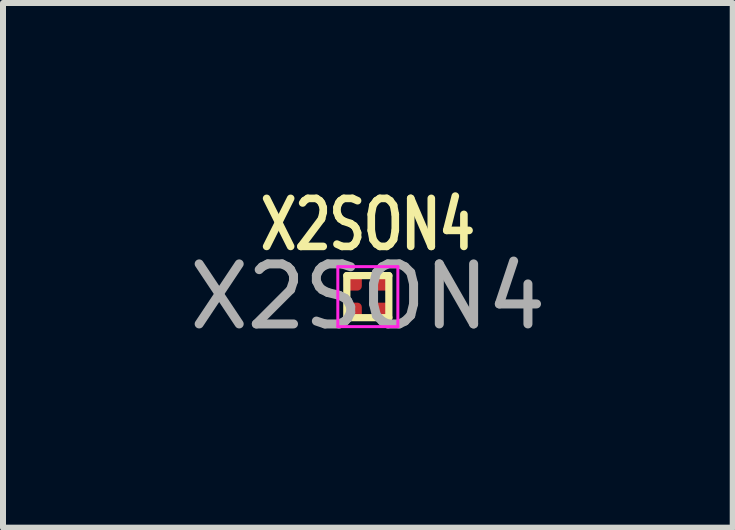
<source format=kicad_pcb>
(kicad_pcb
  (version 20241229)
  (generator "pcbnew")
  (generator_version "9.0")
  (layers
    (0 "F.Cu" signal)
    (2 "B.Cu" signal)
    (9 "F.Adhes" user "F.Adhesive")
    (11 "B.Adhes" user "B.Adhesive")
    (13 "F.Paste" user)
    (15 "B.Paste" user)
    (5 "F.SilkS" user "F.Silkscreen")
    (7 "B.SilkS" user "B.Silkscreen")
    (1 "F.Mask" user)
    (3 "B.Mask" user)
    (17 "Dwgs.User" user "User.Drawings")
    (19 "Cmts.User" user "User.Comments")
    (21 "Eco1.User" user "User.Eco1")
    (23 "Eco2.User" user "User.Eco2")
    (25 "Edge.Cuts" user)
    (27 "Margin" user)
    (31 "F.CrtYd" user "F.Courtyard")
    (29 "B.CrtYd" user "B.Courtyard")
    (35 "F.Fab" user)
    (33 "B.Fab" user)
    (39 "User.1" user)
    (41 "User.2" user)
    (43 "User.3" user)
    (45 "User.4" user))
  (footprint "X2SON4"
    (layer "F.Cu")
    (at 3.077 1.891)
    (property "Reference" "X2SON4" (at 0 -1.2 0) (unlocked yes) (layer "F.SilkS") (effects (font (size 0.8 0.6) (thickness 0.127))))
    (attr smd)
    (fp_line (start -0.35 -0.35) (end 0.35 -0.35) (stroke (width 0.12) (type solid)) (layer "F.SilkS"))
    (fp_line (start -0.35 0.35) (end -0.35 -0.35) (stroke (width 0.12) (type solid)) (layer "F.SilkS"))
    (fp_line (start 0.35 -0.35) (end 0.35 0.35) (stroke (width 0.12) (type solid)) (layer "F.SilkS"))
    (fp_line (start 0.35 0.35) (end -0.35 0.35) (stroke (width 0.12) (type solid)) (layer "F.SilkS"))
    (fp_line (start -0.5 -0.5) (end 0.5 -0.5) (stroke (width 0.05) (type solid)) (layer "F.CrtYd"))
    (fp_line (start -0.5 0.5) (end -0.5 -0.5) (stroke (width 0.05) (type solid)) (layer "F.CrtYd"))
    (fp_line (start 0.5 -0.5) (end 0.5 0.5) (stroke (width 0.05) (type solid)) (layer "F.CrtYd"))
    (fp_line (start 0.5 0.5) (end -0.5 0.5) (stroke (width 0.05) (type solid)) (layer "F.CrtYd"))
    (fp_text user "${REFERENCE}" (at 0 0 0) (unlocked yes) (layer "F.Fab") (effects (font (size 1 1) (thickness 0.15))))
    (pad "1" smd roundrect (at -0.25 -0.25) (size 0.3 0.3) (layers "F.Cu" "F.Mask" "F.Paste") (roundrect_rratio 0.25))
    (pad "2" smd roundrect (at -0.25 0.25) (size 0.3 0.3) (layers "F.Cu" "F.Mask" "F.Paste") (roundrect_rratio 0.25))
    (pad "3" smd roundrect (at 0.25 0.25) (size 0.3 0.3) (layers "F.Cu" "F.Mask" "F.Paste") (roundrect_rratio 0.25))
    (pad "4" smd roundrect (at 0.25 -0.25) (size 0.3 0.3) (layers "F.Cu" "F.Mask" "F.Paste") (roundrect_rratio 0.25)))
  (gr_rect
    (start -3 -3)
    (end 9.155 5.739)
    (stroke (width 0.1) (type default))
    (fill no)
    (layer "Edge.Cuts")))
</source>
